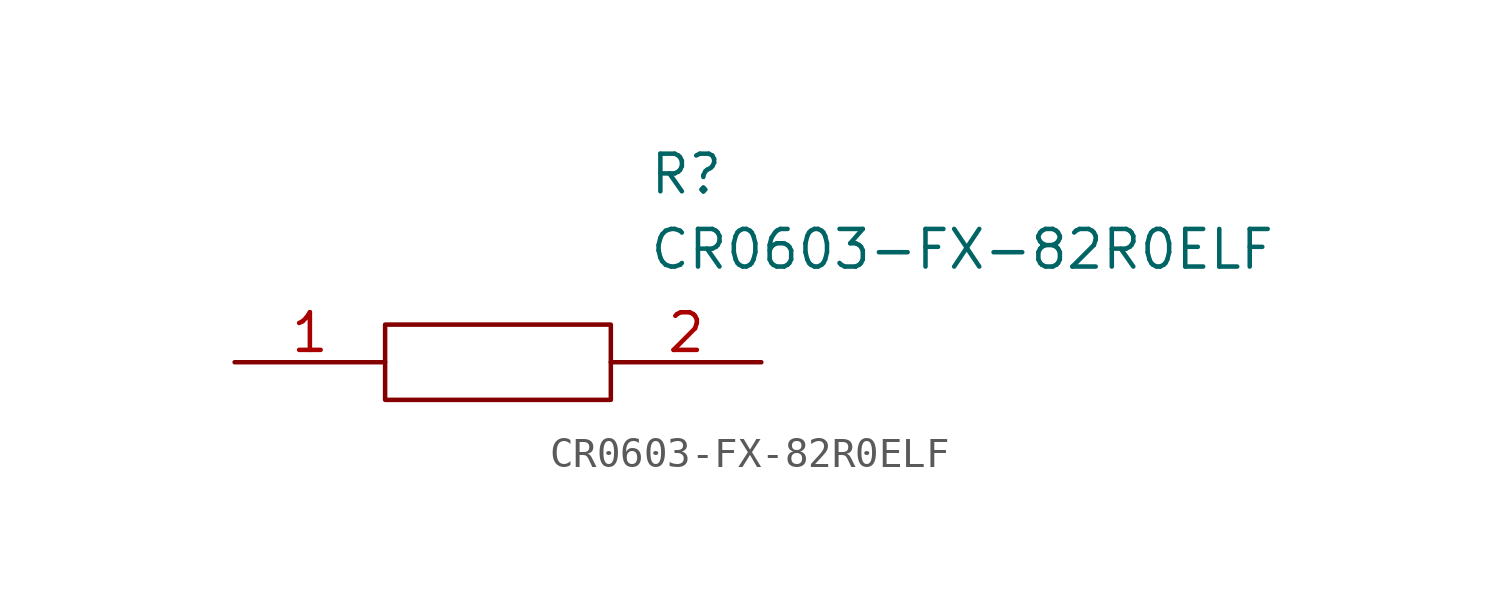
<source format=kicad_sym>
(kicad_symbol_lib
  (version 20211014)
  (generator kicad_symbol_editor)
  (symbol "CR0603-FX-82R0ELF"
    (pin_names
      (offset 0.762))
    (property "Reference" "R"
      (at 13.97 6.35 0)
      (effects (font (size 1.27 1.27)) (justify left)))
    (property "Value" "CR0603-FX-82R0ELF"
      (at 13.97 3.81 0)
      (effects (font (size 1.27 1.27)) (justify left)))
    (symbol "CR0603-FX-82R0ELF_0_0"
      (pin passive line (at 0 0 0) (length 5.08) (name "~" (effects (font (size 1.27 1.27)))) (number "1" (effects (font (size 1.27 1.27)))))
      (pin passive line (at 17.78 0 180) (length 5.08) (name "~" (effects (font (size 1.27 1.27)))) (number "2" (effects (font (size 1.27 1.27))))))
    (symbol "CR0603-FX-82R0ELF_0_1"
      (polyline (pts (xy 5.08 1.27) (xy 12.7 1.27) (xy 12.7 -1.27) (xy 5.08 -1.27) (xy 5.08 1.27)) (stroke (width 0.152) (type default) (color 0 0 0 0)) (fill (type none))))))
</source>
